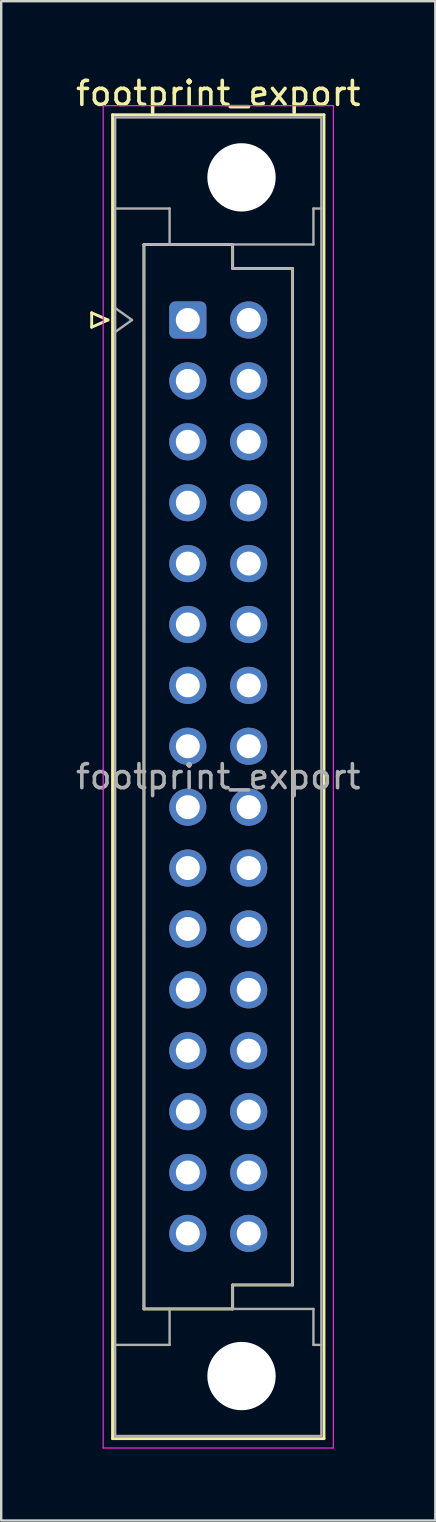
<source format=kicad_pcb>
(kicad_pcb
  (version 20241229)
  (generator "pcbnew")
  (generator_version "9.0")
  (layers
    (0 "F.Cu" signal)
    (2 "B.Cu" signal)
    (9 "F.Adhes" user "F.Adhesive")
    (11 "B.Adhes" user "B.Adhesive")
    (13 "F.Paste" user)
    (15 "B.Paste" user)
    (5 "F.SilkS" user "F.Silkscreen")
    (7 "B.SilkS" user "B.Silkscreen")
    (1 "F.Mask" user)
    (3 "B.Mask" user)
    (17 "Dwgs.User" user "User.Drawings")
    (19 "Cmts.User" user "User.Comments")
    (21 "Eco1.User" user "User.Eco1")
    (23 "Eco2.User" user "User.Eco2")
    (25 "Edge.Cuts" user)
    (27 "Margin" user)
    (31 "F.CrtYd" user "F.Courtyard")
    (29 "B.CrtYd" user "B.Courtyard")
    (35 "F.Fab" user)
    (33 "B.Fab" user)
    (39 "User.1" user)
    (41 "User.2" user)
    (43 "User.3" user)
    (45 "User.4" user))
  (footprint "footprint_export"
    (layer "F.Cu")
    (at 4.784 10.298)
    (property "Reference" "footprint_export" (at 1.27 -9.45 0) (layer "F.SilkS") (effects (font (size 1 1) (thickness 0.15))))
    (attr through_hole)
    (fp_line (start -4.01 -0.3) (end -4.01 0.3) (stroke (width 0.12) (type solid)) (layer "F.SilkS"))
    (fp_line (start -4.01 0.3) (end -3.33 0) (stroke (width 0.12) (type solid)) (layer "F.SilkS"))
    (fp_line (start -3.33 0) (end -4.01 -0.3) (stroke (width 0.12) (type solid)) (layer "F.SilkS"))
    (fp_line (start -3.14 -8.56) (end 5.68 -8.56) (stroke (width 0.12) (type solid)) (layer "F.SilkS"))
    (fp_line (start -3.14 46.66) (end -3.14 -8.56) (stroke (width 0.12) (type solid)) (layer "F.SilkS"))
    (fp_line (start -1.83 -3.15) (end 1.87 -3.15) (stroke (width 0.12) (type solid)) (layer "F.SilkS"))
    (fp_line (start -1.83 41.25) (end -1.83 -3.15) (stroke (width 0.12) (type solid)) (layer "F.SilkS"))
    (fp_line (start 1.87 -3.15) (end 1.87 -2.15) (stroke (width 0.12) (type solid)) (layer "F.SilkS"))
    (fp_line (start 1.87 -2.15) (end 4.37 -2.15) (stroke (width 0.12) (type solid)) (layer "F.SilkS"))
    (fp_line (start 1.87 40.25) (end 1.87 41.25) (stroke (width 0.12) (type solid)) (layer "F.SilkS"))
    (fp_line (start 1.87 41.25) (end -1.83 41.25) (stroke (width 0.12) (type solid)) (layer "F.SilkS"))
    (fp_line (start 4.37 -2.15) (end 4.37 40.25) (stroke (width 0.12) (type solid)) (layer "F.SilkS"))
    (fp_line (start 4.37 40.25) (end 1.87 40.25) (stroke (width 0.12) (type solid)) (layer "F.SilkS"))
    (fp_line (start 5.68 -8.56) (end 5.68 46.66) (stroke (width 0.12) (type solid)) (layer "F.SilkS"))
    (fp_line (start 5.68 46.66) (end -3.14 46.66) (stroke (width 0.12) (type solid)) (layer "F.SilkS"))
    (fp_line (start -3.53 -8.94) (end 6.07 -8.94) (stroke (width 0.05) (type solid)) (layer "F.CrtYd"))
    (fp_line (start -3.53 47.05) (end -3.53 -8.94) (stroke (width 0.05) (type solid)) (layer "F.CrtYd"))
    (fp_line (start 6.07 -8.94) (end 6.07 47.05) (stroke (width 0.05) (type solid)) (layer "F.CrtYd"))
    (fp_line (start 6.07 47.05) (end -3.53 47.05) (stroke (width 0.05) (type solid)) (layer "F.CrtYd"))
    (fp_line (start -3.03 -8.45) (end 5.57 -8.45) (stroke (width 0.1) (type solid)) (layer "F.Fab"))
    (fp_line (start -3.03 -4.65) (end -0.76 -4.65) (stroke (width 0.1) (type solid)) (layer "F.Fab"))
    (fp_line (start -3.03 -0.5) (end -2.33 0) (stroke (width 0.1) (type solid)) (layer "F.Fab"))
    (fp_line (start -3.03 42.75) (end -0.76 42.75) (stroke (width 0.1) (type solid)) (layer "F.Fab"))
    (fp_line (start -3.03 46.55) (end -3.03 -8.45) (stroke (width 0.1) (type solid)) (layer "F.Fab"))
    (fp_line (start -2.33 0) (end -3.03 0.5) (stroke (width 0.1) (type solid)) (layer "F.Fab"))
    (fp_line (start -1.83 -3.15) (end 1.87 -3.15) (stroke (width 0.1) (type solid)) (layer "F.Fab"))
    (fp_line (start -1.83 41.25) (end -1.83 -3.15) (stroke (width 0.1) (type solid)) (layer "F.Fab"))
    (fp_line (start -0.76 -4.65) (end -0.76 -3.15) (stroke (width 0.1) (type solid)) (layer "F.Fab"))
    (fp_line (start -0.76 42.75) (end -0.76 41.25) (stroke (width 0.1) (type solid)) (layer "F.Fab"))
    (fp_line (start 1.87 -3.15) (end 1.87 -2.15) (stroke (width 0.1) (type solid)) (layer "F.Fab"))
    (fp_line (start 1.87 -3.15) (end 5.24 -3.15) (stroke (width 0.1) (type solid)) (layer "F.Fab"))
    (fp_line (start 1.87 -2.15) (end 4.37 -2.15) (stroke (width 0.1) (type solid)) (layer "F.Fab"))
    (fp_line (start 1.87 40.25) (end 1.87 41.25) (stroke (width 0.1) (type solid)) (layer "F.Fab"))
    (fp_line (start 1.87 41.25) (end -1.83 41.25) (stroke (width 0.1) (type solid)) (layer "F.Fab"))
    (fp_line (start 1.87 41.25) (end 5.24 41.25) (stroke (width 0.1) (type solid)) (layer "F.Fab"))
    (fp_line (start 4.37 -2.15) (end 4.37 40.25) (stroke (width 0.1) (type solid)) (layer "F.Fab"))
    (fp_line (start 4.37 40.25) (end 1.87 40.25) (stroke (width 0.1) (type solid)) (layer "F.Fab"))
    (fp_line (start 5.24 -4.65) (end 5.57 -4.65) (stroke (width 0.1) (type solid)) (layer "F.Fab"))
    (fp_line (start 5.24 -3.15) (end 5.24 -4.65) (stroke (width 0.1) (type solid)) (layer "F.Fab"))
    (fp_line (start 5.24 41.25) (end 5.24 42.75) (stroke (width 0.1) (type solid)) (layer "F.Fab"))
    (fp_line (start 5.24 42.75) (end 5.57 42.75) (stroke (width 0.1) (type solid)) (layer "F.Fab"))
    (fp_line (start 5.57 -8.45) (end 5.57 46.55) (stroke (width 0.1) (type solid)) (layer "F.Fab"))
    (fp_line (start 5.57 46.55) (end -3.03 46.55) (stroke (width 0.1) (type solid)) (layer "F.Fab"))
    (fp_text user "${REFERENCE}" (at 1.27 19.05 0) (layer "F.Fab") (effects (font (size 1 1) (thickness 0.15))))
    (pad "" np_thru_hole circle (at 2.24 -5.95) (size 2.85 2.85) (drill 2.85) (layers "*.Cu" "*.Mask"))
    (pad "" np_thru_hole circle (at 2.24 44.05) (size 2.85 2.85) (drill 2.85) (layers "*.Cu" "*.Mask"))
    (pad "a1" thru_hole roundrect (at 0 0) (size 1.55 1.55) (drill 1) (layers "*.Cu" "*.Mask") (roundrect_rratio 0.161))
    (pad "a2" thru_hole circle (at 0 2.54) (size 1.55 1.55) (drill 1) (layers "*.Cu" "*.Mask"))
    (pad "a3" thru_hole circle (at 0 5.08) (size 1.55 1.55) (drill 1) (layers "*.Cu" "*.Mask"))
    (pad "a4" thru_hole circle (at 0 7.62) (size 1.55 1.55) (drill 1) (layers "*.Cu" "*.Mask"))
    (pad "a5" thru_hole circle (at 0 10.16) (size 1.55 1.55) (drill 1) (layers "*.Cu" "*.Mask"))
    (pad "a6" thru_hole circle (at 0 12.7) (size 1.55 1.55) (drill 1) (layers "*.Cu" "*.Mask"))
    (pad "a7" thru_hole circle (at 0 15.24) (size 1.55 1.55) (drill 1) (layers "*.Cu" "*.Mask"))
    (pad "a8" thru_hole circle (at 0 17.78) (size 1.55 1.55) (drill 1) (layers "*.Cu" "*.Mask"))
    (pad "a9" thru_hole circle (at 0 20.32) (size 1.55 1.55) (drill 1) (layers "*.Cu" "*.Mask"))
    (pad "a10" thru_hole circle (at 0 22.86) (size 1.55 1.55) (drill 1) (layers "*.Cu" "*.Mask"))
    (pad "a11" thru_hole circle (at 0 25.4) (size 1.55 1.55) (drill 1) (layers "*.Cu" "*.Mask"))
    (pad "a12" thru_hole circle (at 0 27.94) (size 1.55 1.55) (drill 1) (layers "*.Cu" "*.Mask"))
    (pad "a13" thru_hole circle (at 0 30.48) (size 1.55 1.55) (drill 1) (layers "*.Cu" "*.Mask"))
    (pad "a14" thru_hole circle (at 0 33.02) (size 1.55 1.55) (drill 1) (layers "*.Cu" "*.Mask"))
    (pad "a15" thru_hole circle (at 0 35.56) (size 1.55 1.55) (drill 1) (layers "*.Cu" "*.Mask"))
    (pad "a16" thru_hole circle (at 0 38.1) (size 1.55 1.55) (drill 1) (layers "*.Cu" "*.Mask"))
    (pad "b1" thru_hole circle (at 2.54 0) (size 1.55 1.55) (drill 1) (layers "*.Cu" "*.Mask"))
    (pad "b2" thru_hole circle (at 2.54 2.54) (size 1.55 1.55) (drill 1) (layers "*.Cu" "*.Mask"))
    (pad "b3" thru_hole circle (at 2.54 5.08) (size 1.55 1.55) (drill 1) (layers "*.Cu" "*.Mask"))
    (pad "b4" thru_hole circle (at 2.54 7.62) (size 1.55 1.55) (drill 1) (layers "*.Cu" "*.Mask"))
    (pad "b5" thru_hole circle (at 2.54 10.16) (size 1.55 1.55) (drill 1) (layers "*.Cu" "*.Mask"))
    (pad "b6" thru_hole circle (at 2.54 12.7) (size 1.55 1.55) (drill 1) (layers "*.Cu" "*.Mask"))
    (pad "b7" thru_hole circle (at 2.54 15.24) (size 1.55 1.55) (drill 1) (layers "*.Cu" "*.Mask"))
    (pad "b8" thru_hole circle (at 2.54 17.78) (size 1.55 1.55) (drill 1) (layers "*.Cu" "*.Mask"))
    (pad "b9" thru_hole circle (at 2.54 20.32) (size 1.55 1.55) (drill 1) (layers "*.Cu" "*.Mask"))
    (pad "b10" thru_hole circle (at 2.54 22.86) (size 1.55 1.55) (drill 1) (layers "*.Cu" "*.Mask"))
    (pad "b11" thru_hole circle (at 2.54 25.4) (size 1.55 1.55) (drill 1) (layers "*.Cu" "*.Mask"))
    (pad "b12" thru_hole circle (at 2.54 27.94) (size 1.55 1.55) (drill 1) (layers "*.Cu" "*.Mask"))
    (pad "b13" thru_hole circle (at 2.54 30.48) (size 1.55 1.55) (drill 1) (layers "*.Cu" "*.Mask"))
    (pad "b14" thru_hole circle (at 2.54 33.02) (size 1.55 1.55) (drill 1) (layers "*.Cu" "*.Mask"))
    (pad "b15" thru_hole circle (at 2.54 35.56) (size 1.55 1.55) (drill 1) (layers "*.Cu" "*.Mask"))
    (pad "b16" thru_hole circle (at 2.54 38.1) (size 1.55 1.55) (drill 1) (layers "*.Cu" "*.Mask")))
  (gr_rect
    (start -3 -3)
    (end 15.107 60.373)
    (stroke (width 0.1) (type default))
    (fill no)
    (layer "Edge.Cuts")))
</source>
